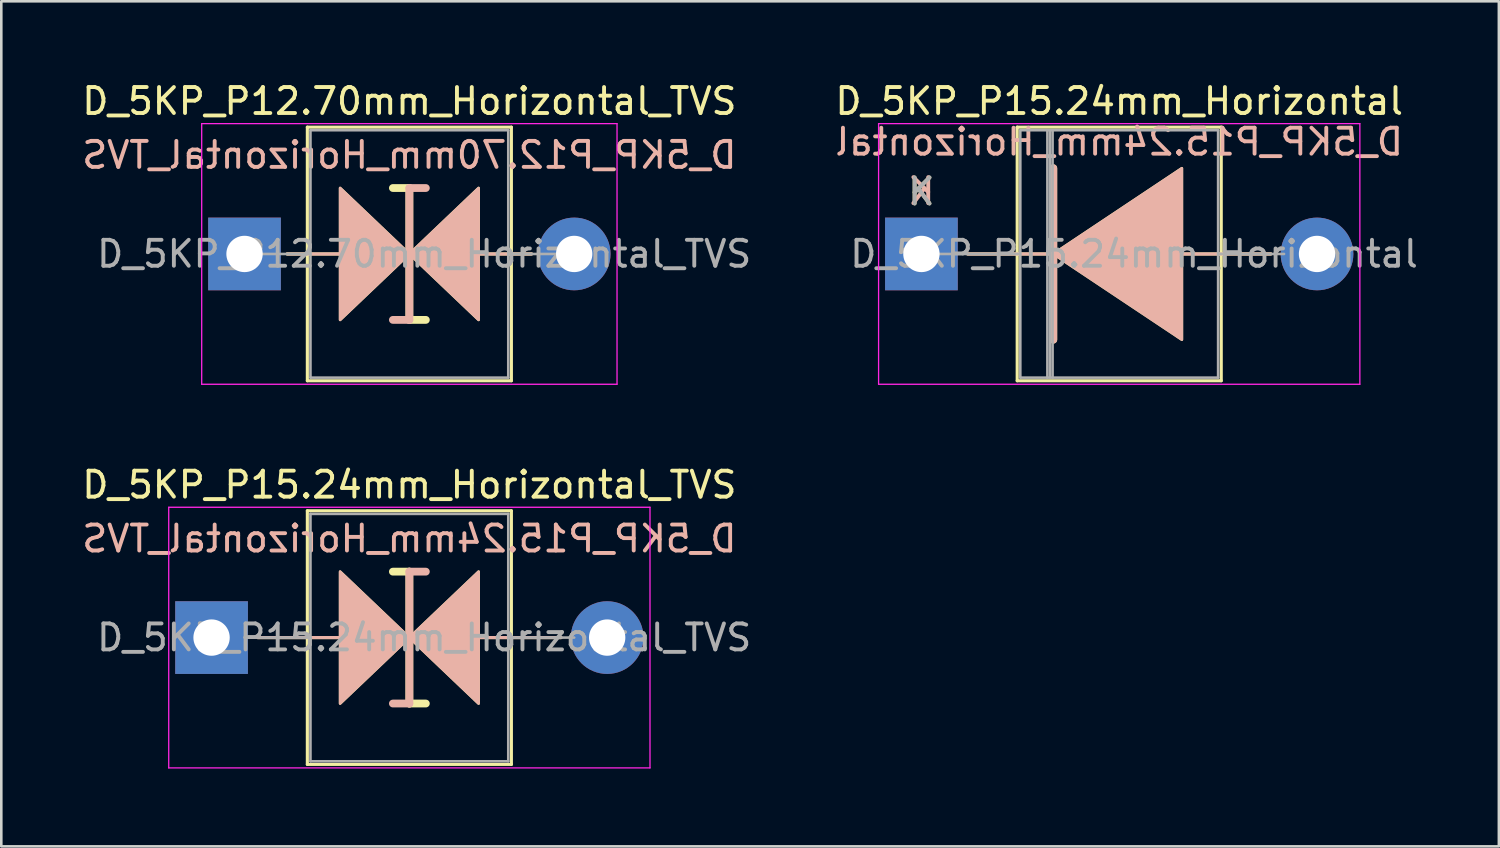
<source format=kicad_pcb>
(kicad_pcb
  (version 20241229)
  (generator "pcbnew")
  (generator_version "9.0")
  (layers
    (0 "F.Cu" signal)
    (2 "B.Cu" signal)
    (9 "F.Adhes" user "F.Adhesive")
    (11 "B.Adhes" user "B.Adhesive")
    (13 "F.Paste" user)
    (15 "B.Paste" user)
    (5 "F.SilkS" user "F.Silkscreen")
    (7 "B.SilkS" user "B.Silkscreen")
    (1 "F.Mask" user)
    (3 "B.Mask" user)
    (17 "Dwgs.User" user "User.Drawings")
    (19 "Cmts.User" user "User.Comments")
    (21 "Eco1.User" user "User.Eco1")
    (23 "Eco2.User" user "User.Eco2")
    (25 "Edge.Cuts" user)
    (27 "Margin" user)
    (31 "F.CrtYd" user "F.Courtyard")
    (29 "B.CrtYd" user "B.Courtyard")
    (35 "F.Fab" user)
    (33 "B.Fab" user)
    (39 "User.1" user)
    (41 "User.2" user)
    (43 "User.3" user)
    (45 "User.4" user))
  (footprint "D_5KP_P15.24mm_Horizontal"
    (layer "F.Cu")
    (at 32.446 6.733)
    (property "Reference" "D_5KP_P15.24mm_Horizontal" (at 7.62 -5.885 0) (layer "F.SilkS") (effects (font (size 1 1) (thickness 0.15))))
    (fp_line (start 1.778 0) (end 4.953 0) (stroke (width 0.12) (type solid)) (layer "F.SilkS"))
    (fp_line (start 3.69 -4.885) (end 3.69 4.885) (stroke (width 0.12) (type solid)) (layer "F.SilkS"))
    (fp_line (start 3.69 4.885) (end 11.55 4.885) (stroke (width 0.12) (type solid)) (layer "F.SilkS"))
    (fp_line (start 5.08 -3.302) (end 5.08 3.302) (stroke (width 0.3) (type solid)) (layer "F.SilkS"))
    (fp_line (start 11.55 -4.885) (end 3.69 -4.885) (stroke (width 0.12) (type solid)) (layer "F.SilkS"))
    (fp_line (start 11.55 4.885) (end 11.55 -4.885) (stroke (width 0.12) (type solid)) (layer "F.SilkS"))
    (fp_line (start 13.462 0) (end 10.07 0) (stroke (width 0.12) (type solid)) (layer "F.SilkS"))
    (fp_poly (pts (xy 10.033 3.302) (xy 5.08 0) (xy 10.033 -3.302)) (stroke (width 0.1) (type solid)) (fill yes) (layer "F.SilkS"))
    (fp_line (start 1.778 0) (end 4.953 0) (stroke (width 0.12) (type solid)) (layer "B.SilkS"))
    (fp_line (start 5.08 3.302) (end 5.08 -3.302) (stroke (width 0.3) (type solid)) (layer "B.SilkS"))
    (fp_line (start 13.462 0) (end 10.07 0) (stroke (width 0.12) (type solid)) (layer "B.SilkS"))
    (fp_poly (pts (xy 10.033 -3.302) (xy 5.08 0) (xy 10.033 3.302)) (stroke (width 0.1) (type solid)) (fill yes) (layer "B.SilkS"))
    (fp_line (start -1.65 -5.02) (end -1.65 5.02) (stroke (width 0.05) (type solid)) (layer "F.CrtYd"))
    (fp_line (start -1.65 5.02) (end 16.89 5.02) (stroke (width 0.05) (type solid)) (layer "F.CrtYd"))
    (fp_line (start 16.89 -5.02) (end -1.65 -5.02) (stroke (width 0.05) (type solid)) (layer "F.CrtYd"))
    (fp_line (start 16.89 5.02) (end 16.89 -5.02) (stroke (width 0.05) (type solid)) (layer "F.CrtYd"))
    (fp_line (start 0 0) (end 3.81 0) (stroke (width 0.1) (type solid)) (layer "F.Fab"))
    (fp_line (start 3.81 -4.765) (end 3.81 4.765) (stroke (width 0.1) (type solid)) (layer "F.Fab"))
    (fp_line (start 3.81 4.765) (end 11.43 4.765) (stroke (width 0.1) (type solid)) (layer "F.Fab"))
    (fp_line (start 4.853 -4.765) (end 4.853 4.765) (stroke (width 0.1) (type solid)) (layer "F.Fab"))
    (fp_line (start 4.953 -4.765) (end 4.953 4.765) (stroke (width 0.1) (type solid)) (layer "F.Fab"))
    (fp_line (start 5.053 -4.765) (end 5.053 4.765) (stroke (width 0.1) (type solid)) (layer "F.Fab"))
    (fp_line (start 11.43 -4.765) (end 3.81 -4.765) (stroke (width 0.1) (type solid)) (layer "F.Fab"))
    (fp_line (start 11.43 4.765) (end 11.43 -4.765) (stroke (width 0.1) (type solid)) (layer "F.Fab"))
    (fp_line (start 13.97 0) (end 11.43 0) (stroke (width 0.1) (type solid)) (layer "F.Fab"))
    (fp_text user "K" (at 0 -2.4 0) (layer "F.SilkS") (effects (font (size 1 1) (thickness 0.15))))
    (fp_text user "${REFERENCE}" (at 7.62 -4.318 0) (layer "B.SilkS") (effects (font (size 1 1) (thickness 0.15)) (justify mirror)))
    (fp_text user "K" (at 0 -2.413 0) (layer "B.SilkS") (effects (font (size 1 1) (thickness 0.15)) (justify mirror)))
    (fp_text user "${REFERENCE}" (at 8.191 0 0) (layer "F.Fab") (effects (font (size 1 1) (thickness 0.15))))
    (fp_text user "K" (at 0 -2.4 0) (layer "F.Fab") (effects (font (size 1 1) (thickness 0.15))))
    (pad "1" thru_hole rect (at 0 0) (size 2.8 2.8) (drill 1.4) (layers "*.Cu" "*.Mask"))
    (pad "2" thru_hole oval (at 15.24 0) (size 2.8 2.8) (drill 1.4) (layers "*.Cu" "*.Mask")))
  (footprint "D_5KP_P12.70mm_Horizontal_TVS"
    (layer "F.Cu")
    (at 6.37 6.733)
    (property "Reference" "D_5KP_P12.70mm_Horizontal_TVS" (at 6.35 -5.885 0) (layer "F.SilkS") (effects (font (size 1 1) (thickness 0.15))))
    (fp_line (start 1.64 0) (end 2.42 0) (stroke (width 0.12) (type solid)) (layer "F.SilkS"))
    (fp_line (start 2.42 -4.885) (end 2.42 4.885) (stroke (width 0.12) (type solid)) (layer "F.SilkS"))
    (fp_line (start 2.42 0) (end 3.683 0) (stroke (width 0.12) (type solid)) (layer "F.SilkS"))
    (fp_line (start 2.42 4.885) (end 10.28 4.885) (stroke (width 0.12) (type solid)) (layer "F.SilkS"))
    (fp_line (start 6.35 -2.54) (end 5.715 -2.54) (stroke (width 0.3) (type solid)) (layer "F.SilkS"))
    (fp_line (start 6.35 2.54) (end 6.35 -2.54) (stroke (width 0.3) (type solid)) (layer "F.SilkS"))
    (fp_line (start 6.985 2.54) (end 6.35 2.54) (stroke (width 0.3) (type solid)) (layer "F.SilkS"))
    (fp_line (start 10.28 -4.885) (end 2.42 -4.885) (stroke (width 0.12) (type solid)) (layer "F.SilkS"))
    (fp_line (start 10.28 0) (end 9.017 0) (stroke (width 0.12) (type solid)) (layer "F.SilkS"))
    (fp_line (start 10.28 4.885) (end 10.28 -4.885) (stroke (width 0.12) (type solid)) (layer "F.SilkS"))
    (fp_line (start 11.06 0) (end 10.28 0) (stroke (width 0.12) (type solid)) (layer "F.SilkS"))
    (fp_poly (pts (xy 6.35 0) (xy 3.683 2.54) (xy 3.683 -2.54)) (stroke (width 0.1) (type solid)) (fill yes) (layer "F.SilkS"))
    (fp_poly (pts (xy 6.35 0) (xy 9.017 -2.54) (xy 9.017 2.54)) (stroke (width 0.1) (type solid)) (fill yes) (layer "F.SilkS"))
    (fp_line (start 1.64 0) (end 2.42 0) (stroke (width 0.12) (type solid)) (layer "B.SilkS"))
    (fp_line (start 2.42 0) (end 3.683 0) (stroke (width 0.12) (type solid)) (layer "B.SilkS"))
    (fp_line (start 6.35 -2.54) (end 6.35 2.54) (stroke (width 0.3) (type solid)) (layer "B.SilkS"))
    (fp_line (start 6.35 2.54) (end 5.715 2.54) (stroke (width 0.3) (type solid)) (layer "B.SilkS"))
    (fp_line (start 6.985 -2.54) (end 6.35 -2.54) (stroke (width 0.3) (type solid)) (layer "B.SilkS"))
    (fp_line (start 10.28 0) (end 9.017 0) (stroke (width 0.12) (type solid)) (layer "B.SilkS"))
    (fp_line (start 11.06 0) (end 10.28 0) (stroke (width 0.12) (type solid)) (layer "B.SilkS"))
    (fp_poly (pts (xy 6.35 0) (xy 3.683 -2.54) (xy 3.683 2.54)) (stroke (width 0.1) (type solid)) (fill yes) (layer "B.SilkS"))
    (fp_poly (pts (xy 6.35 0) (xy 9.017 2.54) (xy 9.017 -2.54)) (stroke (width 0.1) (type solid)) (fill yes) (layer "B.SilkS"))
    (fp_line (start -1.65 -5.02) (end -1.65 5.02) (stroke (width 0.05) (type solid)) (layer "F.CrtYd"))
    (fp_line (start -1.65 5.02) (end 14.35 5.02) (stroke (width 0.05) (type solid)) (layer "F.CrtYd"))
    (fp_line (start 14.35 -5.02) (end -1.65 -5.02) (stroke (width 0.05) (type solid)) (layer "F.CrtYd"))
    (fp_line (start 14.35 5.02) (end 14.35 -5.02) (stroke (width 0.05) (type solid)) (layer "F.CrtYd"))
    (fp_line (start 0 0) (end 2.54 0) (stroke (width 0.1) (type solid)) (layer "F.Fab"))
    (fp_line (start 2.54 -4.765) (end 2.54 4.765) (stroke (width 0.1) (type solid)) (layer "F.Fab"))
    (fp_line (start 2.54 4.765) (end 10.16 4.765) (stroke (width 0.1) (type solid)) (layer "F.Fab"))
    (fp_line (start 10.16 -4.765) (end 2.54 -4.765) (stroke (width 0.1) (type solid)) (layer "F.Fab"))
    (fp_line (start 10.16 4.765) (end 10.16 -4.765) (stroke (width 0.1) (type solid)) (layer "F.Fab"))
    (fp_line (start 12.7 0) (end 10.16 0) (stroke (width 0.1) (type solid)) (layer "F.Fab"))
    (fp_text user "${REFERENCE}" (at 6.35 -3.81 0) (layer "B.SilkS") (effects (font (size 1 1) (thickness 0.15)) (justify mirror)))
    (fp_text user "${REFERENCE}" (at 6.921 0 0) (layer "F.Fab") (effects (font (size 1 1) (thickness 0.15))))
    (pad "1" thru_hole rect (at 0 0) (size 2.8 2.8) (drill 1.4) (layers "*.Cu" "*.Mask"))
    (pad "2" thru_hole oval (at 12.7 0) (size 2.8 2.8) (drill 1.4) (layers "*.Cu" "*.Mask")))
  (footprint "D_5KP_P15.24mm_Horizontal_TVS"
    (layer "F.Cu")
    (at 5.1 21.512)
    (property "Reference" "D_5KP_P15.24mm_Horizontal_TVS" (at 7.62 -5.885 0) (layer "F.SilkS") (effects (font (size 1 1) (thickness 0.15))))
    (fp_line (start 1.778 0) (end 4.953 0) (stroke (width 0.12) (type solid)) (layer "F.SilkS"))
    (fp_line (start 3.69 -4.885) (end 3.69 4.885) (stroke (width 0.12) (type solid)) (layer "F.SilkS"))
    (fp_line (start 3.69 4.885) (end 11.55 4.885) (stroke (width 0.12) (type solid)) (layer "F.SilkS"))
    (fp_line (start 7.62 -2.54) (end 6.985 -2.54) (stroke (width 0.3) (type solid)) (layer "F.SilkS"))
    (fp_line (start 7.62 2.54) (end 7.62 -2.54) (stroke (width 0.3) (type solid)) (layer "F.SilkS"))
    (fp_line (start 8.255 2.54) (end 7.62 2.54) (stroke (width 0.3) (type solid)) (layer "F.SilkS"))
    (fp_line (start 11.55 -4.885) (end 3.69 -4.885) (stroke (width 0.12) (type solid)) (layer "F.SilkS"))
    (fp_line (start 11.55 4.885) (end 11.55 -4.885) (stroke (width 0.12) (type solid)) (layer "F.SilkS"))
    (fp_line (start 13.462 0) (end 10.287 0) (stroke (width 0.12) (type solid)) (layer "F.SilkS"))
    (fp_poly (pts (xy 7.62 0) (xy 4.953 2.54) (xy 4.953 -2.54)) (stroke (width 0.1) (type solid)) (fill yes) (layer "F.SilkS"))
    (fp_poly (pts (xy 7.62 0) (xy 10.287 -2.54) (xy 10.287 2.54)) (stroke (width 0.1) (type solid)) (fill yes) (layer "F.SilkS"))
    (fp_line (start 1.778 0) (end 4.953 0) (stroke (width 0.12) (type solid)) (layer "B.SilkS"))
    (fp_line (start 7.62 -2.54) (end 7.62 2.54) (stroke (width 0.3) (type solid)) (layer "B.SilkS"))
    (fp_line (start 7.62 2.54) (end 6.985 2.54) (stroke (width 0.3) (type solid)) (layer "B.SilkS"))
    (fp_line (start 8.255 -2.54) (end 7.62 -2.54) (stroke (width 0.3) (type solid)) (layer "B.SilkS"))
    (fp_line (start 13.462 0) (end 10.287 0) (stroke (width 0.12) (type solid)) (layer "B.SilkS"))
    (fp_poly (pts (xy 7.62 0) (xy 4.953 -2.54) (xy 4.953 2.54)) (stroke (width 0.1) (type solid)) (fill yes) (layer "B.SilkS"))
    (fp_poly (pts (xy 7.62 0) (xy 10.287 2.54) (xy 10.287 -2.54)) (stroke (width 0.1) (type solid)) (fill yes) (layer "B.SilkS"))
    (fp_line (start -1.65 -5.02) (end -1.65 5.02) (stroke (width 0.05) (type solid)) (layer "F.CrtYd"))
    (fp_line (start -1.65 5.02) (end 16.89 5.02) (stroke (width 0.05) (type solid)) (layer "F.CrtYd"))
    (fp_line (start 16.89 -5.02) (end -1.65 -5.02) (stroke (width 0.05) (type solid)) (layer "F.CrtYd"))
    (fp_line (start 16.89 5.02) (end 16.89 -5.02) (stroke (width 0.05) (type solid)) (layer "F.CrtYd"))
    (fp_line (start 1.27 0) (end 3.81 0) (stroke (width 0.1) (type solid)) (layer "F.Fab"))
    (fp_line (start 3.81 -4.765) (end 3.81 4.765) (stroke (width 0.1) (type solid)) (layer "F.Fab"))
    (fp_line (start 3.81 4.765) (end 11.43 4.765) (stroke (width 0.1) (type solid)) (layer "F.Fab"))
    (fp_line (start 11.43 -4.765) (end 3.81 -4.765) (stroke (width 0.1) (type solid)) (layer "F.Fab"))
    (fp_line (start 11.43 4.765) (end 11.43 -4.765) (stroke (width 0.1) (type solid)) (layer "F.Fab"))
    (fp_line (start 13.97 0) (end 11.43 0) (stroke (width 0.1) (type solid)) (layer "F.Fab"))
    (fp_text user "${REFERENCE}" (at 7.62 -3.81 0) (layer "B.SilkS") (effects (font (size 1 1) (thickness 0.15)) (justify mirror)))
    (fp_text user "${REFERENCE}" (at 8.191 0 0) (layer "F.Fab") (effects (font (size 1 1) (thickness 0.15))))
    (pad "1" thru_hole rect (at 0 0) (size 2.8 2.8) (drill 1.4) (layers "*.Cu" "*.Mask"))
    (pad "2" thru_hole oval (at 15.24 0) (size 2.8 2.8) (drill 1.4) (layers "*.Cu" "*.Mask")))
  (gr_rect
    (start -3 -3)
    (end 54.691 29.556)
    (stroke (width 0.1) (type default))
    (fill no)
    (layer "Edge.Cuts")))
</source>
